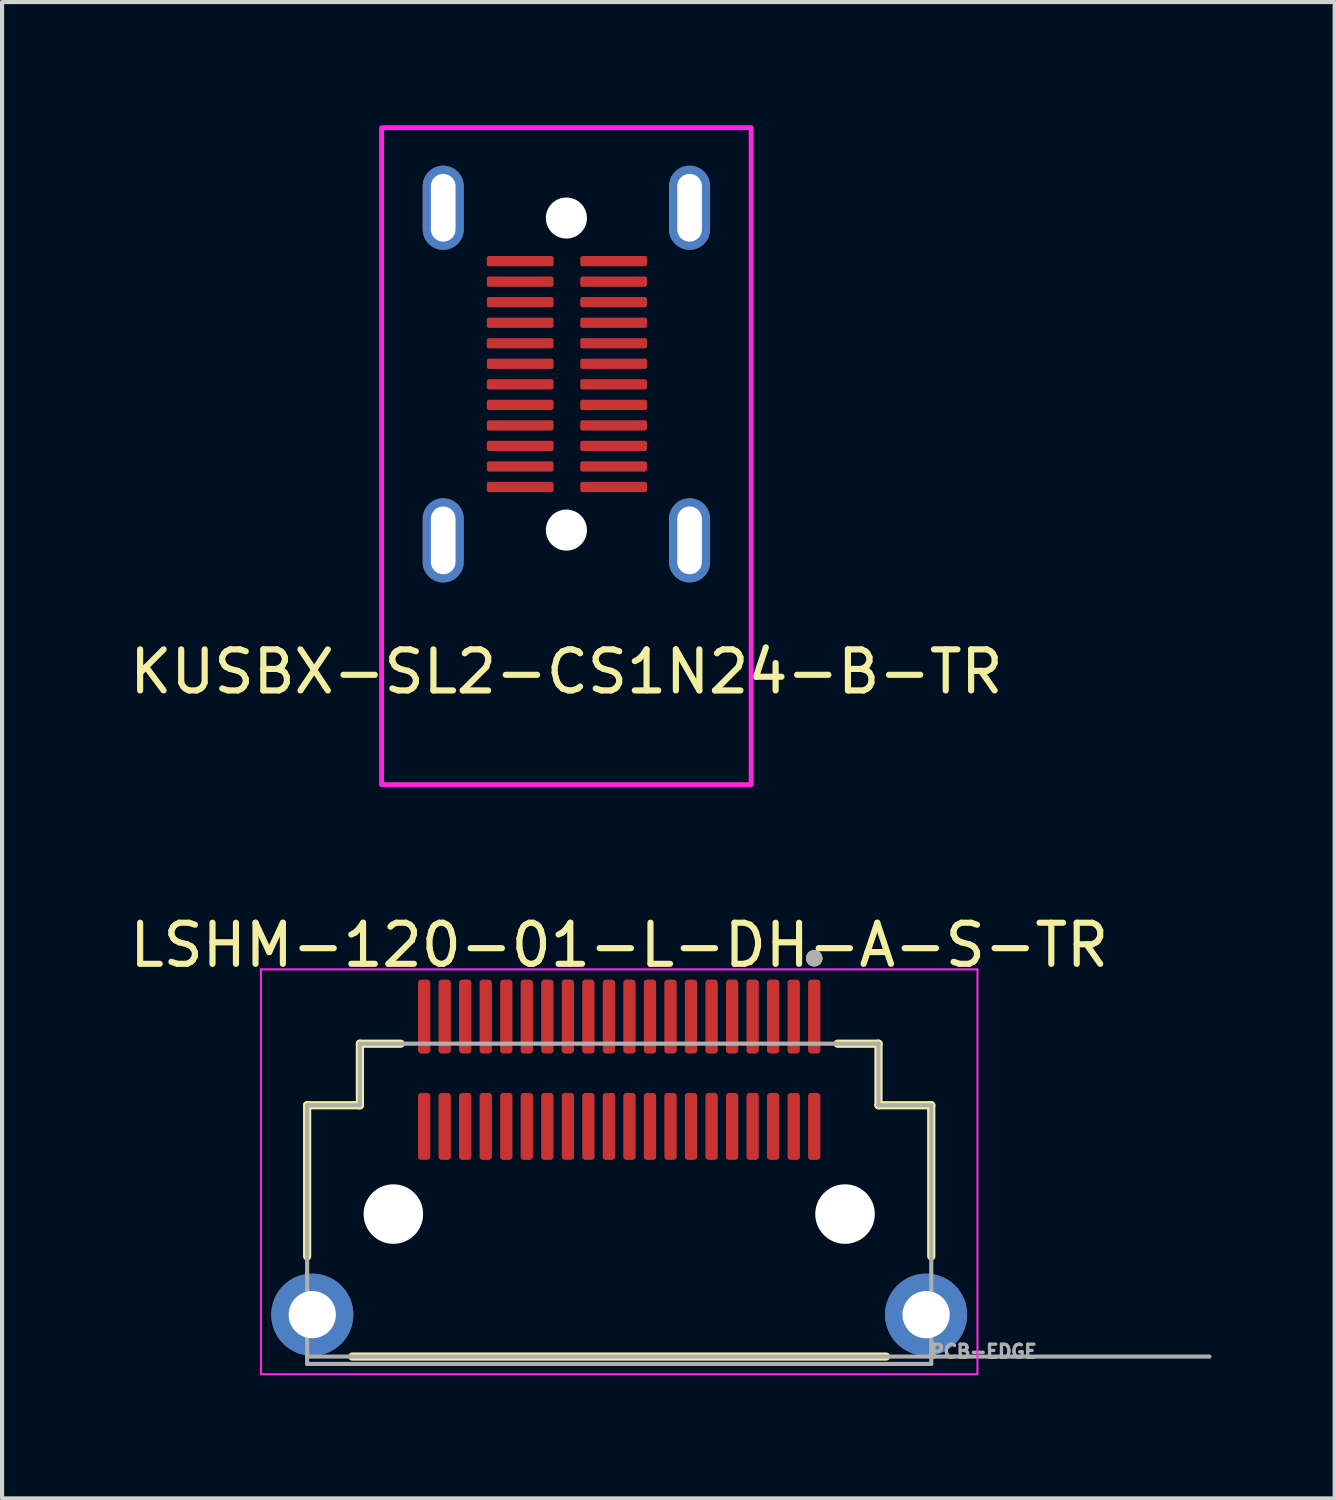
<source format=kicad_pcb>
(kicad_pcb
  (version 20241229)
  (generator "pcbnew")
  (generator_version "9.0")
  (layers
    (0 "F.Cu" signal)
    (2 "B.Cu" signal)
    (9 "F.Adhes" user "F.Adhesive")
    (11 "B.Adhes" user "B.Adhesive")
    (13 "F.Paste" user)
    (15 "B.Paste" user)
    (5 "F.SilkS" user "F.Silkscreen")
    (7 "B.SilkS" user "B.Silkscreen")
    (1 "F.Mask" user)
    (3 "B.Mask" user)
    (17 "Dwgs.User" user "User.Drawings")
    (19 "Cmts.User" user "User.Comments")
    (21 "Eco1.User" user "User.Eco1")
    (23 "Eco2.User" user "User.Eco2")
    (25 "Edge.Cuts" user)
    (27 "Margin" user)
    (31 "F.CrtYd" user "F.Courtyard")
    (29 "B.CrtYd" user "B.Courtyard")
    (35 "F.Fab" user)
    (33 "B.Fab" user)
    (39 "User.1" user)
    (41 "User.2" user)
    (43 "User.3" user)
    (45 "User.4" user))
  (footprint "LSHM-120-01-L-DH-A-S-TR"
    (layer "F.Cu")
    (at 12.03 26.518)
    (property "Reference" "LSHM-120-01-L-DH-A-S-TR" (at 0 -6.55 0) (layer "F.SilkS") (effects (font (size 1 1) (thickness 0.15))))
    (attr smd)
    (fp_line (start -7.6 -2.65) (end -7.6 1.03) (stroke (width 0.2) (type solid)) (layer "F.SilkS"))
    (fp_line (start -6.5 3.47) (end 6.5 3.47) (stroke (width 0.2) (type solid)) (layer "F.SilkS"))
    (fp_line (start -6.315 -4.15) (end -6.315 -2.65) (stroke (width 0.2) (type solid)) (layer "F.SilkS"))
    (fp_line (start -6.315 -2.65) (end -7.6 -2.65) (stroke (width 0.2) (type solid)) (layer "F.SilkS"))
    (fp_line (start -5.32 -4.15) (end -6.315 -4.15) (stroke (width 0.2) (type solid)) (layer "F.SilkS"))
    (fp_line (start 6.315 -4.15) (end 5.32 -4.15) (stroke (width 0.2) (type solid)) (layer "F.SilkS"))
    (fp_line (start 6.315 -2.65) (end 6.315 -4.15) (stroke (width 0.2) (type solid)) (layer "F.SilkS"))
    (fp_line (start 7.6 -2.65) (end 6.315 -2.65) (stroke (width 0.2) (type solid)) (layer "F.SilkS"))
    (fp_line (start 7.6 1.03) (end 7.6 -2.65) (stroke (width 0.2) (type solid)) (layer "F.SilkS"))
    (fp_circle (center 4.75 -6.23) (end 4.85 -6.23) (stroke (width 0.2) (type solid)) (fill no) (layer "F.SilkS"))
    (fp_circle (center -7.475 2.45) (end -6.975 2.45) (stroke (width 1) (type solid)) (fill no) (layer "F.Paste"))
    (fp_circle (center 7.475 2.45) (end 7.975 2.45) (stroke (width 1) (type solid)) (fill no) (layer "F.Paste"))
    (fp_line (start -8.725 -5.96) (end -8.725 3.9) (stroke (width 0.05) (type solid)) (layer "F.CrtYd"))
    (fp_line (start -8.725 3.9) (end 8.725 3.9) (stroke (width 0.05) (type solid)) (layer "F.CrtYd"))
    (fp_line (start 8.725 -5.96) (end -8.725 -5.96) (stroke (width 0.05) (type solid)) (layer "F.CrtYd"))
    (fp_line (start 8.725 3.9) (end 8.725 -5.96) (stroke (width 0.05) (type solid)) (layer "F.CrtYd"))
    (fp_line (start -7.6 -2.65) (end -7.6 3.47) (stroke (width 0.1) (type solid)) (layer "F.Fab"))
    (fp_line (start -7.6 3.47) (end -7.6 3.65) (stroke (width 0.1) (type solid)) (layer "F.Fab"))
    (fp_line (start -7.6 3.47) (end 14.375 3.47) (stroke (width 0.1) (type solid)) (layer "F.Fab"))
    (fp_line (start -7.6 3.65) (end 7.6 3.65) (stroke (width 0.1) (type solid)) (layer "F.Fab"))
    (fp_line (start -6.315 -4.15) (end -6.315 -2.65) (stroke (width 0.1) (type solid)) (layer "F.Fab"))
    (fp_line (start -6.315 -2.65) (end -7.6 -2.65) (stroke (width 0.1) (type solid)) (layer "F.Fab"))
    (fp_line (start 6.315 -4.15) (end -6.315 -4.15) (stroke (width 0.1) (type solid)) (layer "F.Fab"))
    (fp_line (start 6.315 -2.65) (end 6.315 -4.15) (stroke (width 0.1) (type solid)) (layer "F.Fab"))
    (fp_line (start 7.6 -2.65) (end 6.315 -2.65) (stroke (width 0.1) (type solid)) (layer "F.Fab"))
    (fp_line (start 7.6 3.65) (end 7.6 -2.65) (stroke (width 0.1) (type solid)) (layer "F.Fab"))
    (fp_circle (center 4.75 -6.23) (end 4.85 -6.23) (stroke (width 0.2) (type solid)) (fill no) (layer "F.Fab"))
    (fp_text user "PCB-EDGE" (at 8.875 3.345 0) (layer "F.Fab") (effects (font (size 0.32 0.32) (thickness 0.15))))
    (pad "" np_thru_hole circle (at -5.5 0) (size 1.45 1.45) (drill 1.45) (layers "*.Cu" "*.Mask"))
    (pad "" np_thru_hole circle (at 5.5 0) (size 1.45 1.45) (drill 1.45) (layers "*.Cu" "*.Mask"))
    (pad "1" smd roundrect (at 4.75 -4.81) (size 0.3 1.8) (layers "F.Cu" "F.Mask" "F.Paste") (roundrect_rratio 0.25))
    (pad "2" smd roundrect (at 4.75 -2.135) (size 0.3 1.63) (layers "F.Cu" "F.Mask" "F.Paste") (roundrect_rratio 0.25))
    (pad "3" smd roundrect (at 4.25 -4.81) (size 0.3 1.8) (layers "F.Cu" "F.Mask" "F.Paste") (roundrect_rratio 0.25))
    (pad "4" smd roundrect (at 4.25 -2.135) (size 0.3 1.63) (layers "F.Cu" "F.Mask" "F.Paste") (roundrect_rratio 0.25))
    (pad "5" smd roundrect (at 3.75 -4.81) (size 0.3 1.8) (layers "F.Cu" "F.Mask" "F.Paste") (roundrect_rratio 0.25))
    (pad "6" smd roundrect (at 3.75 -2.135) (size 0.3 1.63) (layers "F.Cu" "F.Mask" "F.Paste") (roundrect_rratio 0.25))
    (pad "7" smd roundrect (at 3.25 -4.81) (size 0.3 1.8) (layers "F.Cu" "F.Mask" "F.Paste") (roundrect_rratio 0.25))
    (pad "8" smd roundrect (at 3.25 -2.135) (size 0.3 1.63) (layers "F.Cu" "F.Mask" "F.Paste") (roundrect_rratio 0.25))
    (pad "9" smd roundrect (at 2.75 -4.81) (size 0.3 1.8) (layers "F.Cu" "F.Mask" "F.Paste") (roundrect_rratio 0.25))
    (pad "10" smd roundrect (at 2.75 -2.135) (size 0.3 1.63) (layers "F.Cu" "F.Mask" "F.Paste") (roundrect_rratio 0.25))
    (pad "11" smd roundrect (at 2.25 -4.81) (size 0.3 1.8) (layers "F.Cu" "F.Mask" "F.Paste") (roundrect_rratio 0.25))
    (pad "12" smd roundrect (at 2.25 -2.135) (size 0.3 1.63) (layers "F.Cu" "F.Mask" "F.Paste") (roundrect_rratio 0.25))
    (pad "13" smd roundrect (at 1.75 -4.81) (size 0.3 1.8) (layers "F.Cu" "F.Mask" "F.Paste") (roundrect_rratio 0.25))
    (pad "14" smd roundrect (at 1.75 -2.135) (size 0.3 1.63) (layers "F.Cu" "F.Mask" "F.Paste") (roundrect_rratio 0.25))
    (pad "15" smd roundrect (at 1.25 -4.81) (size 0.3 1.8) (layers "F.Cu" "F.Mask" "F.Paste") (roundrect_rratio 0.25))
    (pad "16" smd roundrect (at 1.25 -2.135) (size 0.3 1.63) (layers "F.Cu" "F.Mask" "F.Paste") (roundrect_rratio 0.25))
    (pad "17" smd roundrect (at 0.75 -4.81) (size 0.3 1.8) (layers "F.Cu" "F.Mask" "F.Paste") (roundrect_rratio 0.25))
    (pad "18" smd roundrect (at 0.75 -2.135) (size 0.3 1.63) (layers "F.Cu" "F.Mask" "F.Paste") (roundrect_rratio 0.25))
    (pad "19" smd roundrect (at 0.25 -4.81) (size 0.3 1.8) (layers "F.Cu" "F.Mask" "F.Paste") (roundrect_rratio 0.25))
    (pad "20" smd roundrect (at 0.25 -2.135) (size 0.3 1.63) (layers "F.Cu" "F.Mask" "F.Paste") (roundrect_rratio 0.25))
    (pad "21" smd roundrect (at -0.25 -4.81) (size 0.3 1.8) (layers "F.Cu" "F.Mask" "F.Paste") (roundrect_rratio 0.25))
    (pad "22" smd roundrect (at -0.25 -2.135) (size 0.3 1.63) (layers "F.Cu" "F.Mask" "F.Paste") (roundrect_rratio 0.25))
    (pad "23" smd roundrect (at -0.75 -4.81) (size 0.3 1.8) (layers "F.Cu" "F.Mask" "F.Paste") (roundrect_rratio 0.25))
    (pad "24" smd roundrect (at -0.75 -2.135) (size 0.3 1.63) (layers "F.Cu" "F.Mask" "F.Paste") (roundrect_rratio 0.25))
    (pad "25" smd roundrect (at -1.25 -4.81) (size 0.3 1.8) (layers "F.Cu" "F.Mask" "F.Paste") (roundrect_rratio 0.25))
    (pad "26" smd roundrect (at -1.25 -2.135) (size 0.3 1.63) (layers "F.Cu" "F.Mask" "F.Paste") (roundrect_rratio 0.25))
    (pad "27" smd roundrect (at -1.75 -4.81) (size 0.3 1.8) (layers "F.Cu" "F.Mask" "F.Paste") (roundrect_rratio 0.25))
    (pad "28" smd roundrect (at -1.75 -2.135) (size 0.3 1.63) (layers "F.Cu" "F.Mask" "F.Paste") (roundrect_rratio 0.25))
    (pad "29" smd roundrect (at -2.25 -4.81) (size 0.3 1.8) (layers "F.Cu" "F.Mask" "F.Paste") (roundrect_rratio 0.25))
    (pad "30" smd roundrect (at -2.25 -2.135) (size 0.3 1.63) (layers "F.Cu" "F.Mask" "F.Paste") (roundrect_rratio 0.25))
    (pad "31" smd roundrect (at -2.75 -4.81) (size 0.3 1.8) (layers "F.Cu" "F.Mask" "F.Paste") (roundrect_rratio 0.25))
    (pad "32" smd roundrect (at -2.75 -2.135) (size 0.3 1.63) (layers "F.Cu" "F.Mask" "F.Paste") (roundrect_rratio 0.25))
    (pad "33" smd roundrect (at -3.25 -4.81) (size 0.3 1.8) (layers "F.Cu" "F.Mask" "F.Paste") (roundrect_rratio 0.25))
    (pad "34" smd roundrect (at -3.25 -2.135) (size 0.3 1.63) (layers "F.Cu" "F.Mask" "F.Paste") (roundrect_rratio 0.25))
    (pad "35" smd roundrect (at -3.75 -4.81) (size 0.3 1.8) (layers "F.Cu" "F.Mask" "F.Paste") (roundrect_rratio 0.25))
    (pad "36" smd roundrect (at -3.75 -2.135) (size 0.3 1.63) (layers "F.Cu" "F.Mask" "F.Paste") (roundrect_rratio 0.25))
    (pad "37" smd roundrect (at -4.25 -4.81) (size 0.3 1.8) (layers "F.Cu" "F.Mask" "F.Paste") (roundrect_rratio 0.25))
    (pad "38" smd roundrect (at -4.25 -2.135) (size 0.3 1.63) (layers "F.Cu" "F.Mask" "F.Paste") (roundrect_rratio 0.25))
    (pad "39" smd roundrect (at -4.75 -4.81) (size 0.3 1.8) (layers "F.Cu" "F.Mask" "F.Paste") (roundrect_rratio 0.25))
    (pad "40" smd roundrect (at -4.75 -2.135) (size 0.3 1.63) (layers "F.Cu" "F.Mask" "F.Paste") (roundrect_rratio 0.25))
    (pad "SH" thru_hole circle (at -7.475 2.45) (size 2 2) (drill 1.15) (layers "*.Cu" "*.Mask"))
    (pad "SH" thru_hole circle (at 7.475 2.45) (size 2 2) (drill 1.15) (layers "*.Cu" "*.Mask")))
  (footprint "KUSBX-SL2-CS1N24-B-TR"
    (layer "F.Cu")
    (at 10.744 6.06)
    (property "Reference" "KUSBX-SL2-CS1N24-B-TR" (at 0 7.25 0) (unlocked yes) (layer "F.SilkS") (effects (font (size 1 1) (thickness 0.15))))
    (fp_rect (start -4.5 -6) (end 4.5 10) (stroke (width 0.12) (type solid)) (fill no) (layer "F.CrtYd"))
    (pad "" np_thru_hole circle (at 0 -3.8) (size 1 1) (drill 1) (layers "*.Cu" "*.Mask"))
    (pad "" np_thru_hole circle (at 0 3.8) (size 1 1) (drill 1) (layers "*.Cu" "*.Mask"))
    (pad "A1" smd roundrect (at 1.15 -2.75) (size 1.625 0.25) (layers "F.Cu" "F.Mask" "F.Paste") (roundrect_rratio 0.2))
    (pad "A2" smd roundrect (at 1.15 -2.25) (size 1.625 0.25) (layers "F.Cu" "F.Mask" "F.Paste") (roundrect_rratio 0.2))
    (pad "A3" smd roundrect (at 1.15 -1.75) (size 1.625 0.25) (layers "F.Cu" "F.Mask" "F.Paste") (roundrect_rratio 0.2))
    (pad "A4" smd roundrect (at 1.15 -1.25) (size 1.625 0.25) (layers "F.Cu" "F.Mask" "F.Paste") (roundrect_rratio 0.2))
    (pad "A5" smd roundrect (at 1.15 -0.75) (size 1.625 0.25) (layers "F.Cu" "F.Mask" "F.Paste") (roundrect_rratio 0.2))
    (pad "A6" smd roundrect (at 1.15 -0.25) (size 1.625 0.25) (layers "F.Cu" "F.Mask" "F.Paste") (roundrect_rratio 0.2))
    (pad "A7" smd roundrect (at 1.15 0.25) (size 1.625 0.25) (layers "F.Cu" "F.Mask" "F.Paste") (roundrect_rratio 0.2))
    (pad "A8" smd roundrect (at 1.15 0.75) (size 1.625 0.25) (layers "F.Cu" "F.Mask" "F.Paste") (roundrect_rratio 0.2))
    (pad "A9" smd roundrect (at 1.15 1.25) (size 1.625 0.25) (layers "F.Cu" "F.Mask" "F.Paste") (roundrect_rratio 0.2))
    (pad "A10" smd roundrect (at 1.15 1.75) (size 1.625 0.25) (layers "F.Cu" "F.Mask" "F.Paste") (roundrect_rratio 0.2))
    (pad "A11" smd roundrect (at 1.15 2.25) (size 1.625 0.25) (layers "F.Cu" "F.Mask" "F.Paste") (roundrect_rratio 0.2))
    (pad "A12" smd roundrect (at 1.15 2.75) (size 1.625 0.25) (layers "F.Cu" "F.Mask" "F.Paste") (roundrect_rratio 0.2))
    (pad "B1" smd roundrect (at -1.125 2.75) (size 1.625 0.25) (layers "F.Cu" "F.Mask" "F.Paste") (roundrect_rratio 0.2))
    (pad "B2" smd roundrect (at -1.125 2.25) (size 1.625 0.25) (layers "F.Cu" "F.Mask" "F.Paste") (roundrect_rratio 0.2))
    (pad "B3" smd roundrect (at -1.125 1.75) (size 1.625 0.25) (layers "F.Cu" "F.Mask" "F.Paste") (roundrect_rratio 0.2))
    (pad "B4" smd roundrect (at -1.125 1.25) (size 1.625 0.25) (layers "F.Cu" "F.Mask" "F.Paste") (roundrect_rratio 0.2))
    (pad "B5" smd roundrect (at -1.125 0.75) (size 1.625 0.25) (layers "F.Cu" "F.Mask" "F.Paste") (roundrect_rratio 0.2))
    (pad "B6" smd roundrect (at -1.125 0.25) (size 1.625 0.25) (layers "F.Cu" "F.Mask" "F.Paste") (roundrect_rratio 0.2))
    (pad "B7" smd roundrect (at -1.125 -0.25) (size 1.625 0.25) (layers "F.Cu" "F.Mask" "F.Paste") (roundrect_rratio 0.2))
    (pad "B8" smd roundrect (at -1.125 -0.75) (size 1.625 0.25) (layers "F.Cu" "F.Mask" "F.Paste") (roundrect_rratio 0.2))
    (pad "B9" smd roundrect (at -1.125 -1.25) (size 1.625 0.25) (layers "F.Cu" "F.Mask" "F.Paste") (roundrect_rratio 0.2))
    (pad "B10" smd roundrect (at -1.125 -1.75) (size 1.625 0.25) (layers "F.Cu" "F.Mask" "F.Paste") (roundrect_rratio 0.2))
    (pad "B11" smd roundrect (at -1.125 -2.25) (size 1.625 0.25) (layers "F.Cu" "F.Mask" "F.Paste") (roundrect_rratio 0.2))
    (pad "B12" smd roundrect (at -1.125 -2.75) (size 1.625 0.25) (layers "F.Cu" "F.Mask" "F.Paste") (roundrect_rratio 0.2))
    (pad "S1" thru_hole oval (at -3 -4.05) (size 1 2.05) (drill oval 0.6 1.65) (layers "*.Cu" "*.Mask"))
    (pad "S1" thru_hole oval (at -3 4.05) (size 1 2.05) (drill oval 0.6 1.65) (layers "*.Cu" "*.Mask"))
    (pad "S1" thru_hole oval (at 3 -4.05) (size 1 2.05) (drill oval 0.6 1.65) (layers "*.Cu" "*.Mask"))
    (pad "S1" thru_hole oval (at 3 4.05) (size 1 2.05) (drill oval 0.6 1.65) (layers "*.Cu" "*.Mask")))
  (gr_rect
    (start -3 -3)
    (end 29.455 33.443)
    (stroke (width 0.1) (type default))
    (fill no)
    (layer "Edge.Cuts")))
</source>
